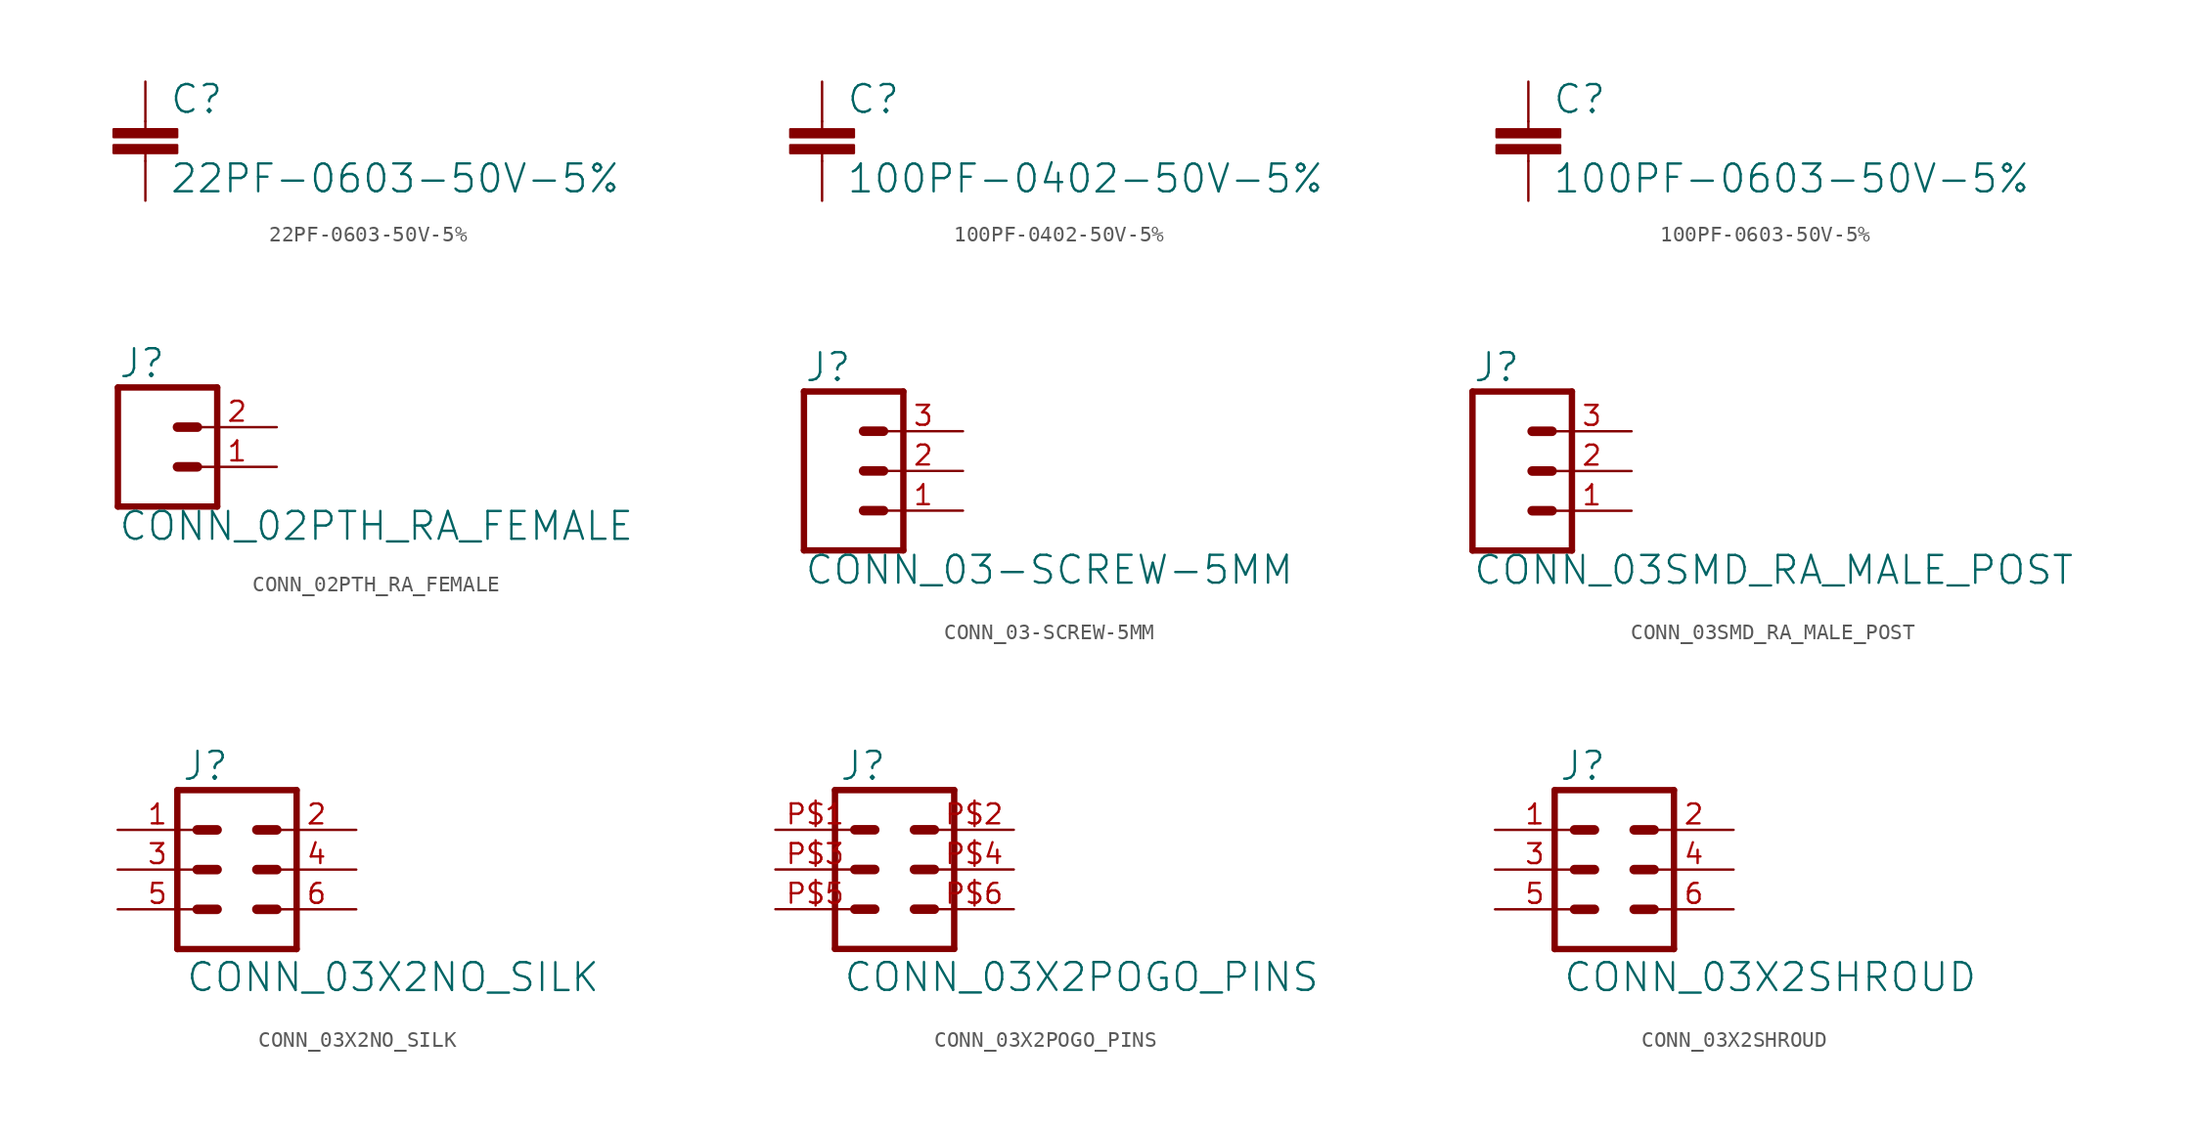
<source format=kicad_sym>
(kicad_symbol_lib
  (version 20220331)
  (generator kicad_symbol_editor)
  (symbol "22PF-0603-50V-5%"
    (property "Reference" "C"
      (at 1.524 2.921 0)
      (effects (font (size 1.778 1.778)) (justify left bottom)))
    (property "Value" "22PF-0603-50V-5%"
      (at 1.524 -2.159 0)
      (effects (font (size 1.778 1.778)) (justify left bottom)))
    (property "ki_locked" ""
      (at 0 0 0)
      (effects (font (size 1.27 1.27))))
    (symbol "22PF-0603-50V-5%_1_0"
      (rectangle (start -2.032 0.508) (end 2.032 1.016) (stroke (width 0) (type default)) (fill (type outline)))
      (rectangle (start -2.032 1.524) (end 2.032 2.032) (stroke (width 0) (type default)) (fill (type outline)))
      (polyline (pts (xy 0 0) (xy 0 0.508)) (stroke (width 0.152) (type solid)) (fill (type none)))
      (polyline (pts (xy 0 2.54) (xy 0 2.032)) (stroke (width 0.152) (type solid)) (fill (type none)))
      (pin passive line (at 0 5.08 270) (length 2.54) (name "1" (effects (font (size 0 0)))) (number "1" (effects (font (size 0 0)))))
      (pin passive line (at 0 -2.54 90) (length 2.54) (name "2" (effects (font (size 0 0)))) (number "2" (effects (font (size 0 0)))))))
  (symbol "100PF-0402-50V-5%"
    (property "Reference" "C"
      (at 1.524 2.921 0)
      (effects (font (size 1.778 1.778)) (justify left bottom)))
    (property "Value" "100PF-0402-50V-5%"
      (at 1.524 -2.159 0)
      (effects (font (size 1.778 1.778)) (justify left bottom)))
    (property "ki_locked" ""
      (at 0 0 0)
      (effects (font (size 1.27 1.27))))
    (symbol "100PF-0402-50V-5%_1_0"
      (rectangle (start -2.032 0.508) (end 2.032 1.016) (stroke (width 0) (type default)) (fill (type outline)))
      (rectangle (start -2.032 1.524) (end 2.032 2.032) (stroke (width 0) (type default)) (fill (type outline)))
      (polyline (pts (xy 0 0) (xy 0 0.508)) (stroke (width 0.152) (type solid)) (fill (type none)))
      (polyline (pts (xy 0 2.54) (xy 0 2.032)) (stroke (width 0.152) (type solid)) (fill (type none)))
      (pin passive line (at 0 5.08 270) (length 2.54) (name "1" (effects (font (size 0 0)))) (number "1" (effects (font (size 0 0)))))
      (pin passive line (at 0 -2.54 90) (length 2.54) (name "2" (effects (font (size 0 0)))) (number "2" (effects (font (size 0 0)))))))
  (symbol "100PF-0603-50V-5%"
    (property "Reference" "C"
      (at 1.524 2.921 0)
      (effects (font (size 1.778 1.778)) (justify left bottom)))
    (property "Value" "100PF-0603-50V-5%"
      (at 1.524 -2.159 0)
      (effects (font (size 1.778 1.778)) (justify left bottom)))
    (property "ki_locked" ""
      (at 0 0 0)
      (effects (font (size 1.27 1.27))))
    (symbol "100PF-0603-50V-5%_1_0"
      (rectangle (start -2.032 0.508) (end 2.032 1.016) (stroke (width 0) (type default)) (fill (type outline)))
      (rectangle (start -2.032 1.524) (end 2.032 2.032) (stroke (width 0) (type default)) (fill (type outline)))
      (polyline (pts (xy 0 0) (xy 0 0.508)) (stroke (width 0.152) (type solid)) (fill (type none)))
      (polyline (pts (xy 0 2.54) (xy 0 2.032)) (stroke (width 0.152) (type solid)) (fill (type none)))
      (pin passive line (at 0 5.08 270) (length 2.54) (name "1" (effects (font (size 0 0)))) (number "1" (effects (font (size 0 0)))))
      (pin passive line (at 0 -2.54 90) (length 2.54) (name "2" (effects (font (size 0 0)))) (number "2" (effects (font (size 0 0)))))))
  (symbol "CONN_02PTH_RA_FEMALE"
    (property "Reference" "J"
      (at -2.54 5.588 0)
      (effects (font (size 1.778 1.778)) (justify left bottom)))
    (property "Value" "CONN_02PTH_RA_FEMALE"
      (at -2.54 -4.826 0)
      (effects (font (size 1.778 1.778)) (justify left bottom)))
    (property "ki_locked" ""
      (at 0 0 0)
      (effects (font (size 1.27 1.27))))
    (symbol "CONN_02PTH_RA_FEMALE_1_0"
      (polyline (pts (xy -2.54 5.08) (xy -2.54 -2.54)) (stroke (width 0.406) (type solid)) (fill (type none)))
      (polyline (pts (xy -2.54 5.08) (xy 3.81 5.08)) (stroke (width 0.406) (type solid)) (fill (type none)))
      (polyline (pts (xy 1.27 0) (xy 2.54 0)) (stroke (width 0.61) (type solid)) (fill (type none)))
      (polyline (pts (xy 1.27 2.54) (xy 2.54 2.54)) (stroke (width 0.61) (type solid)) (fill (type none)))
      (polyline (pts (xy 3.81 -2.54) (xy -2.54 -2.54)) (stroke (width 0.406) (type solid)) (fill (type none)))
      (polyline (pts (xy 3.81 -2.54) (xy 3.81 5.08)) (stroke (width 0.406) (type solid)) (fill (type none)))
      (pin passive line (at 7.62 0 180) (length 5.08) (name "1" (effects (font (size 0 0)))) (number "1" (effects (font (size 1.27 1.27)))))
      (pin passive line (at 7.62 2.54 180) (length 5.08) (name "2" (effects (font (size 0 0)))) (number "2" (effects (font (size 1.27 1.27)))))))
  (symbol "CONN_03-SCREW-5MM"
    (property "Reference" "J"
      (at -2.54 5.588 0)
      (effects (font (size 1.778 1.778)) (justify left bottom)))
    (property "Value" "CONN_03-SCREW-5MM"
      (at -2.54 -7.366 0)
      (effects (font (size 1.778 1.778)) (justify left bottom)))
    (property "ki_locked" ""
      (at 0 0 0)
      (effects (font (size 1.27 1.27))))
    (symbol "CONN_03-SCREW-5MM_1_0"
      (polyline (pts (xy -2.54 5.08) (xy -2.54 -5.08)) (stroke (width 0.406) (type solid)) (fill (type none)))
      (polyline (pts (xy -2.54 5.08) (xy 3.81 5.08)) (stroke (width 0.406) (type solid)) (fill (type none)))
      (polyline (pts (xy 1.27 -2.54) (xy 2.54 -2.54)) (stroke (width 0.61) (type solid)) (fill (type none)))
      (polyline (pts (xy 1.27 0) (xy 2.54 0)) (stroke (width 0.61) (type solid)) (fill (type none)))
      (polyline (pts (xy 1.27 2.54) (xy 2.54 2.54)) (stroke (width 0.61) (type solid)) (fill (type none)))
      (polyline (pts (xy 3.81 -5.08) (xy -2.54 -5.08)) (stroke (width 0.406) (type solid)) (fill (type none)))
      (polyline (pts (xy 3.81 -5.08) (xy 3.81 5.08)) (stroke (width 0.406) (type solid)) (fill (type none)))
      (pin passive line (at 7.62 -2.54 180) (length 5.08) (name "1" (effects (font (size 0 0)))) (number "1" (effects (font (size 1.27 1.27)))))
      (pin passive line (at 7.62 0 180) (length 5.08) (name "2" (effects (font (size 0 0)))) (number "2" (effects (font (size 1.27 1.27)))))
      (pin passive line (at 7.62 2.54 180) (length 5.08) (name "3" (effects (font (size 0 0)))) (number "3" (effects (font (size 1.27 1.27)))))))
  (symbol "CONN_03SMD_RA_MALE_POST"
    (property "Reference" "J"
      (at -2.54 5.588 0)
      (effects (font (size 1.778 1.778)) (justify left bottom)))
    (property "Value" "CONN_03SMD_RA_MALE_POST"
      (at -2.54 -7.366 0)
      (effects (font (size 1.778 1.778)) (justify left bottom)))
    (property "ki_locked" ""
      (at 0 0 0)
      (effects (font (size 1.27 1.27))))
    (symbol "CONN_03SMD_RA_MALE_POST_1_0"
      (polyline (pts (xy -2.54 5.08) (xy -2.54 -5.08)) (stroke (width 0.406) (type solid)) (fill (type none)))
      (polyline (pts (xy -2.54 5.08) (xy 3.81 5.08)) (stroke (width 0.406) (type solid)) (fill (type none)))
      (polyline (pts (xy 1.27 -2.54) (xy 2.54 -2.54)) (stroke (width 0.61) (type solid)) (fill (type none)))
      (polyline (pts (xy 1.27 0) (xy 2.54 0)) (stroke (width 0.61) (type solid)) (fill (type none)))
      (polyline (pts (xy 1.27 2.54) (xy 2.54 2.54)) (stroke (width 0.61) (type solid)) (fill (type none)))
      (polyline (pts (xy 3.81 -5.08) (xy -2.54 -5.08)) (stroke (width 0.406) (type solid)) (fill (type none)))
      (polyline (pts (xy 3.81 -5.08) (xy 3.81 5.08)) (stroke (width 0.406) (type solid)) (fill (type none)))
      (pin passive line (at 7.62 -2.54 180) (length 5.08) (name "1" (effects (font (size 0 0)))) (number "1" (effects (font (size 1.27 1.27)))))
      (pin passive line (at 7.62 0 180) (length 5.08) (name "2" (effects (font (size 0 0)))) (number "2" (effects (font (size 1.27 1.27)))))
      (pin passive line (at 7.62 2.54 180) (length 5.08) (name "3" (effects (font (size 0 0)))) (number "3" (effects (font (size 1.27 1.27)))))))
  (symbol "CONN_03X2NO_SILK"
    (property "Reference" "J"
      (at -3.556 5.588 0)
      (effects (font (size 1.778 1.778)) (justify left bottom)))
    (property "Value" "CONN_03X2NO_SILK"
      (at -3.302 -5.842 0)
      (effects (font (size 1.778 1.778)) (justify left top)))
    (property "ki_locked" ""
      (at 0 0 0)
      (effects (font (size 1.27 1.27))))
    (symbol "CONN_03X2NO_SILK_1_0"
      (polyline (pts (xy -3.81 5.08) (xy -3.81 -5.08)) (stroke (width 0.406) (type solid)) (fill (type none)))
      (polyline (pts (xy -3.81 5.08) (xy 3.81 5.08)) (stroke (width 0.406) (type solid)) (fill (type none)))
      (polyline (pts (xy -1.27 -2.54) (xy -2.54 -2.54)) (stroke (width 0.61) (type solid)) (fill (type none)))
      (polyline (pts (xy -1.27 0) (xy -2.54 0)) (stroke (width 0.61) (type solid)) (fill (type none)))
      (polyline (pts (xy -1.27 2.54) (xy -2.54 2.54)) (stroke (width 0.61) (type solid)) (fill (type none)))
      (polyline (pts (xy 1.27 -2.54) (xy 2.54 -2.54)) (stroke (width 0.61) (type solid)) (fill (type none)))
      (polyline (pts (xy 1.27 0) (xy 2.54 0)) (stroke (width 0.61) (type solid)) (fill (type none)))
      (polyline (pts (xy 1.27 2.54) (xy 2.54 2.54)) (stroke (width 0.61) (type solid)) (fill (type none)))
      (polyline (pts (xy 3.81 -5.08) (xy -3.81 -5.08)) (stroke (width 0.406) (type solid)) (fill (type none)))
      (polyline (pts (xy 3.81 -5.08) (xy 3.81 5.08)) (stroke (width 0.406) (type solid)) (fill (type none)))
      (pin bidirectional line (at -7.62 2.54 0) (length 5.08) (name "1" (effects (font (size 0 0)))) (number "1" (effects (font (size 1.27 1.27)))))
      (pin bidirectional line (at 7.62 2.54 180) (length 5.08) (name "2" (effects (font (size 0 0)))) (number "2" (effects (font (size 1.27 1.27)))))
      (pin bidirectional line (at -7.62 0 0) (length 5.08) (name "3" (effects (font (size 0 0)))) (number "3" (effects (font (size 1.27 1.27)))))
      (pin bidirectional line (at 7.62 0 180) (length 5.08) (name "4" (effects (font (size 0 0)))) (number "4" (effects (font (size 1.27 1.27)))))
      (pin bidirectional line (at -7.62 -2.54 0) (length 5.08) (name "5" (effects (font (size 0 0)))) (number "5" (effects (font (size 1.27 1.27)))))
      (pin bidirectional line (at 7.62 -2.54 180) (length 5.08) (name "6" (effects (font (size 0 0)))) (number "6" (effects (font (size 1.27 1.27)))))))
  (symbol "CONN_03X2POGO_PINS"
    (property "Reference" "J"
      (at -3.556 5.588 0)
      (effects (font (size 1.778 1.778)) (justify left bottom)))
    (property "Value" "CONN_03X2POGO_PINS"
      (at -3.302 -5.842 0)
      (effects (font (size 1.778 1.778)) (justify left top)))
    (property "ki_locked" ""
      (at 0 0 0)
      (effects (font (size 1.27 1.27))))
    (symbol "CONN_03X2POGO_PINS_1_0"
      (polyline (pts (xy -3.81 5.08) (xy -3.81 -5.08)) (stroke (width 0.406) (type solid)) (fill (type none)))
      (polyline (pts (xy -3.81 5.08) (xy 3.81 5.08)) (stroke (width 0.406) (type solid)) (fill (type none)))
      (polyline (pts (xy -1.27 -2.54) (xy -2.54 -2.54)) (stroke (width 0.61) (type solid)) (fill (type none)))
      (polyline (pts (xy -1.27 0) (xy -2.54 0)) (stroke (width 0.61) (type solid)) (fill (type none)))
      (polyline (pts (xy -1.27 2.54) (xy -2.54 2.54)) (stroke (width 0.61) (type solid)) (fill (type none)))
      (polyline (pts (xy 1.27 -2.54) (xy 2.54 -2.54)) (stroke (width 0.61) (type solid)) (fill (type none)))
      (polyline (pts (xy 1.27 0) (xy 2.54 0)) (stroke (width 0.61) (type solid)) (fill (type none)))
      (polyline (pts (xy 1.27 2.54) (xy 2.54 2.54)) (stroke (width 0.61) (type solid)) (fill (type none)))
      (polyline (pts (xy 3.81 -5.08) (xy -3.81 -5.08)) (stroke (width 0.406) (type solid)) (fill (type none)))
      (polyline (pts (xy 3.81 -5.08) (xy 3.81 5.08)) (stroke (width 0.406) (type solid)) (fill (type none)))
      (pin bidirectional line (at -7.62 2.54 0) (length 5.08) (name "1" (effects (font (size 0 0)))) (number "P$1" (effects (font (size 1.27 1.27)))))
      (pin bidirectional line (at 7.62 2.54 180) (length 5.08) (name "2" (effects (font (size 0 0)))) (number "P$2" (effects (font (size 1.27 1.27)))))
      (pin bidirectional line (at -7.62 0 0) (length 5.08) (name "3" (effects (font (size 0 0)))) (number "P$3" (effects (font (size 1.27 1.27)))))
      (pin bidirectional line (at 7.62 0 180) (length 5.08) (name "4" (effects (font (size 0 0)))) (number "P$4" (effects (font (size 1.27 1.27)))))
      (pin bidirectional line (at -7.62 -2.54 0) (length 5.08) (name "5" (effects (font (size 0 0)))) (number "P$5" (effects (font (size 1.27 1.27)))))
      (pin bidirectional line (at 7.62 -2.54 180) (length 5.08) (name "6" (effects (font (size 0 0)))) (number "P$6" (effects (font (size 1.27 1.27)))))))
  (symbol "CONN_03X2SHROUD"
    (property "Reference" "J"
      (at -3.556 5.588 0)
      (effects (font (size 1.778 1.778)) (justify left bottom)))
    (property "Value" "CONN_03X2SHROUD"
      (at -3.302 -5.842 0)
      (effects (font (size 1.778 1.778)) (justify left top)))
    (property "ki_locked" ""
      (at 0 0 0)
      (effects (font (size 1.27 1.27))))
    (symbol "CONN_03X2SHROUD_1_0"
      (polyline (pts (xy -3.81 5.08) (xy -3.81 -5.08)) (stroke (width 0.406) (type solid)) (fill (type none)))
      (polyline (pts (xy -3.81 5.08) (xy 3.81 5.08)) (stroke (width 0.406) (type solid)) (fill (type none)))
      (polyline (pts (xy -1.27 -2.54) (xy -2.54 -2.54)) (stroke (width 0.61) (type solid)) (fill (type none)))
      (polyline (pts (xy -1.27 0) (xy -2.54 0)) (stroke (width 0.61) (type solid)) (fill (type none)))
      (polyline (pts (xy -1.27 2.54) (xy -2.54 2.54)) (stroke (width 0.61) (type solid)) (fill (type none)))
      (polyline (pts (xy 1.27 -2.54) (xy 2.54 -2.54)) (stroke (width 0.61) (type solid)) (fill (type none)))
      (polyline (pts (xy 1.27 0) (xy 2.54 0)) (stroke (width 0.61) (type solid)) (fill (type none)))
      (polyline (pts (xy 1.27 2.54) (xy 2.54 2.54)) (stroke (width 0.61) (type solid)) (fill (type none)))
      (polyline (pts (xy 3.81 -5.08) (xy -3.81 -5.08)) (stroke (width 0.406) (type solid)) (fill (type none)))
      (polyline (pts (xy 3.81 -5.08) (xy 3.81 5.08)) (stroke (width 0.406) (type solid)) (fill (type none)))
      (pin bidirectional line (at -7.62 2.54 0) (length 5.08) (name "1" (effects (font (size 0 0)))) (number "1" (effects (font (size 1.27 1.27)))))
      (pin bidirectional line (at 7.62 2.54 180) (length 5.08) (name "2" (effects (font (size 0 0)))) (number "2" (effects (font (size 1.27 1.27)))))
      (pin bidirectional line (at -7.62 0 0) (length 5.08) (name "3" (effects (font (size 0 0)))) (number "3" (effects (font (size 1.27 1.27)))))
      (pin bidirectional line (at 7.62 0 180) (length 5.08) (name "4" (effects (font (size 0 0)))) (number "4" (effects (font (size 1.27 1.27)))))
      (pin bidirectional line (at -7.62 -2.54 0) (length 5.08) (name "5" (effects (font (size 0 0)))) (number "5" (effects (font (size 1.27 1.27)))))
      (pin bidirectional line (at 7.62 -2.54 180) (length 5.08) (name "6" (effects (font (size 0 0)))) (number "6" (effects (font (size 1.27 1.27))))))))
</source>
